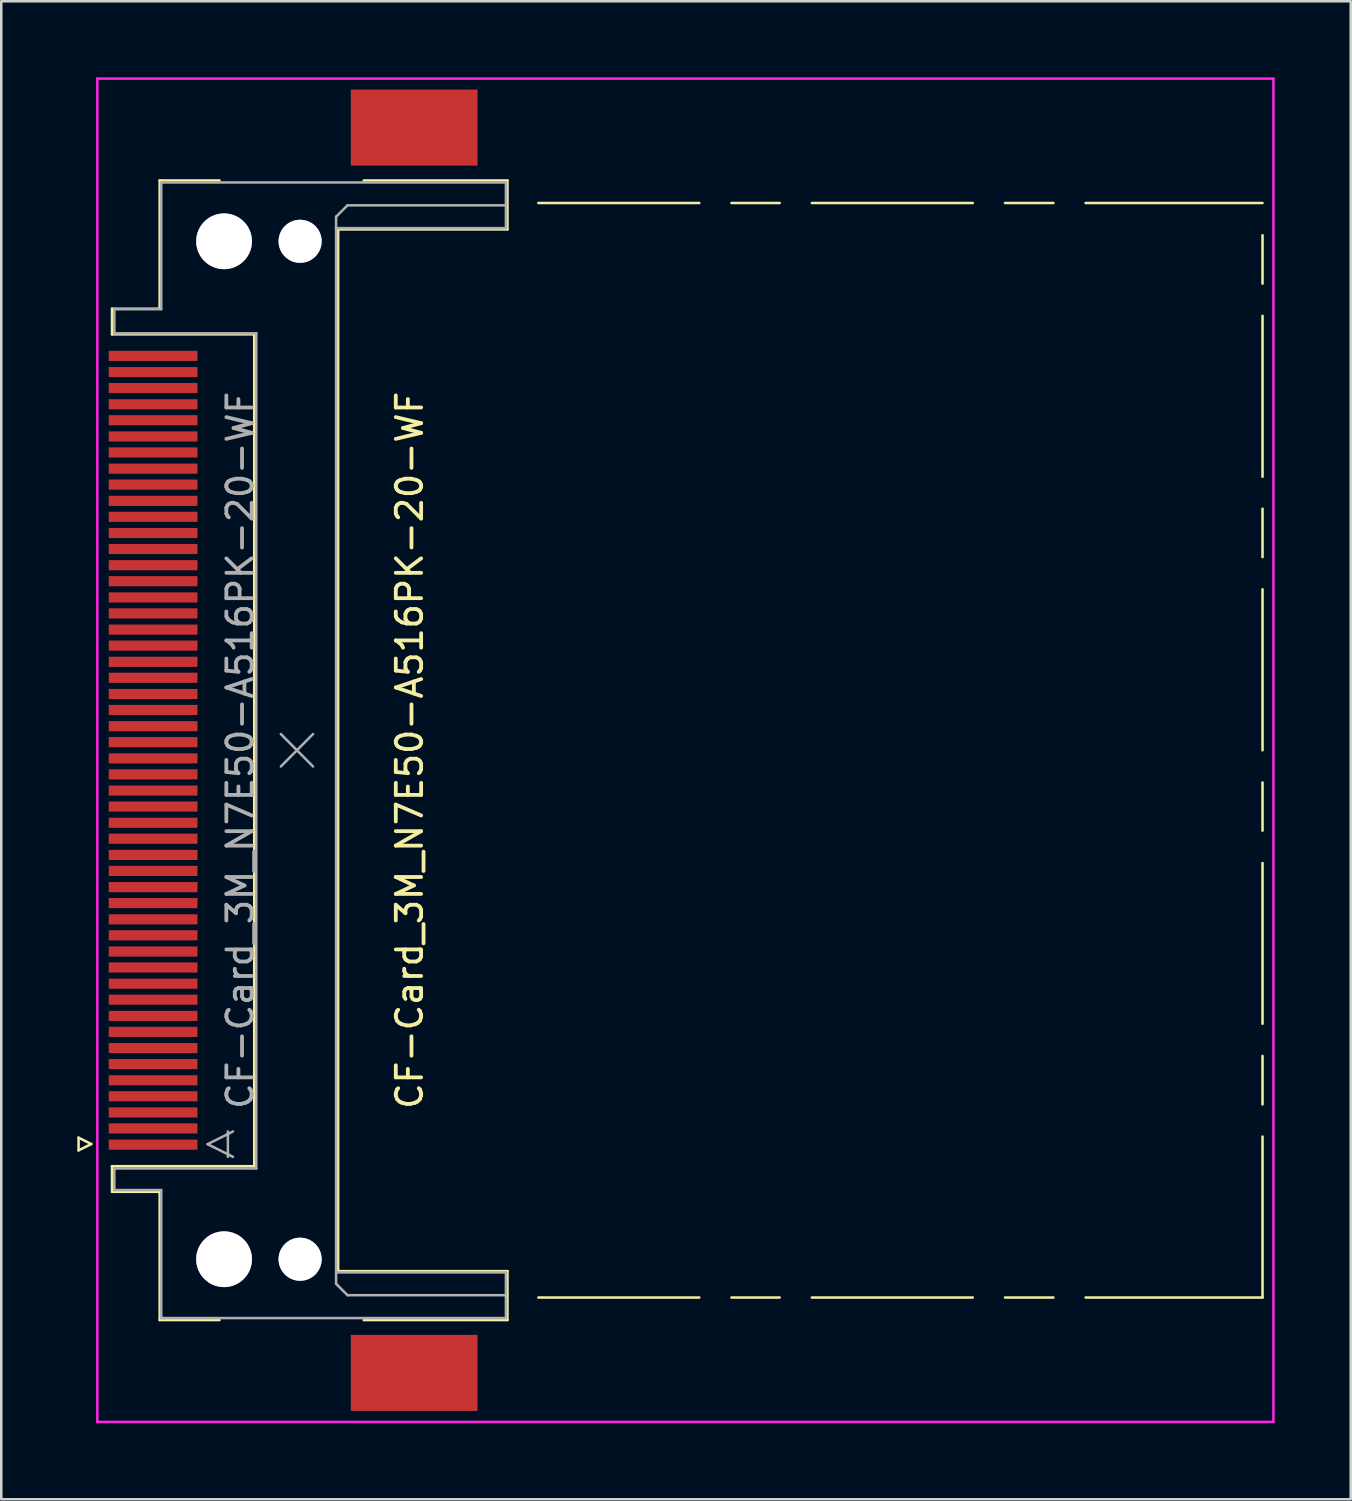
<source format=kicad_pcb>
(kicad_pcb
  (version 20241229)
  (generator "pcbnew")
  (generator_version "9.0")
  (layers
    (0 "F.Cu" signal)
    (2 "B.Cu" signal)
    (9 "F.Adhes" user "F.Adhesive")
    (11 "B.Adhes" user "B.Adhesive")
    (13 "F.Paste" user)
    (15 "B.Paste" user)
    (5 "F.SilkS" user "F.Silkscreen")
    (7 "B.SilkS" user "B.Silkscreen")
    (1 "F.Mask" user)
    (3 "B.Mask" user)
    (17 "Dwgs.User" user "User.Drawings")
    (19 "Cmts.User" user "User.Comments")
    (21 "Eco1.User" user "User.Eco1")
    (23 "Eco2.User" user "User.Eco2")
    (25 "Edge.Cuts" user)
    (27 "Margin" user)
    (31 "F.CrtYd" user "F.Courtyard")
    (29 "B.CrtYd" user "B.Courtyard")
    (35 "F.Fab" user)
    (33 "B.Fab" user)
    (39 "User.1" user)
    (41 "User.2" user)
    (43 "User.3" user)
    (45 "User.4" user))
  (footprint "CF-Card_3M_N7E50-A516PK-20-WF"
    (layer "F.Cu")
    (at 8.79 26.55)
    (property "Reference" "CF-Card_3M_N7E50-A516PK-20-WF" (at 4.32 0 90) (layer "F.SilkS") (effects (font (size 1 1) (thickness 0.15))))
    (attr smd)
    (fp_line (start -8.74 15.285) (end -8.74 15.785) (stroke (width 0.1) (type solid)) (layer "F.SilkS"))
    (fp_line (start -8.74 15.785) (end -8.24 15.535) (stroke (width 0.1) (type solid)) (layer "F.SilkS"))
    (fp_line (start -8.24 15.535) (end -8.74 15.285) (stroke (width 0.1) (type solid)) (layer "F.SilkS"))
    (fp_line (start -7.42 -17.42) (end -5.54 -17.42) (stroke (width 0.1) (type solid)) (layer "F.SilkS"))
    (fp_line (start -7.42 -16.41) (end -7.42 -17.42) (stroke (width 0.1) (type solid)) (layer "F.SilkS"))
    (fp_line (start -7.42 16.41) (end -1.81 16.41) (stroke (width 0.1) (type solid)) (layer "F.SilkS"))
    (fp_line (start -7.42 17.42) (end -7.42 16.41) (stroke (width 0.1) (type solid)) (layer "F.SilkS"))
    (fp_line (start -5.54 -22.48) (end -3.18 -22.48) (stroke (width 0.1) (type solid)) (layer "F.SilkS"))
    (fp_line (start -5.54 -17.42) (end -5.54 -22.48) (stroke (width 0.1) (type solid)) (layer "F.SilkS"))
    (fp_line (start -5.54 17.42) (end -7.42 17.42) (stroke (width 0.1) (type solid)) (layer "F.SilkS"))
    (fp_line (start -5.54 22.48) (end -5.54 17.42) (stroke (width 0.1) (type solid)) (layer "F.SilkS"))
    (fp_line (start -3.18 22.48) (end -5.54 22.48) (stroke (width 0.1) (type solid)) (layer "F.SilkS"))
    (fp_line (start -1.81 -16.41) (end -7.42 -16.41) (stroke (width 0.1) (type solid)) (layer "F.SilkS"))
    (fp_line (start -1.81 16.41) (end -1.81 -16.41) (stroke (width 0.1) (type solid)) (layer "F.SilkS"))
    (fp_line (start 1.5 -20.55) (end 8.18 -20.55) (stroke (width 0.1) (type solid)) (layer "F.SilkS"))
    (fp_line (start 1.5 20.55) (end 1.5 -20.55) (stroke (width 0.1) (type solid)) (layer "F.SilkS"))
    (fp_line (start 2.51 22.48) (end 8.18 22.48) (stroke (width 0.1) (type solid)) (layer "F.SilkS"))
    (fp_line (start 8.18 -22.48) (end 2.51 -22.48) (stroke (width 0.1) (type solid)) (layer "F.SilkS"))
    (fp_line (start 8.18 -20.55) (end 8.18 -22.48) (stroke (width 0.1) (type solid)) (layer "F.SilkS"))
    (fp_line (start 8.18 20.55) (end 1.5 20.55) (stroke (width 0.1) (type solid)) (layer "F.SilkS"))
    (fp_line (start 8.18 22.48) (end 8.18 20.55) (stroke (width 0.1) (type solid)) (layer "F.SilkS"))
    (fp_line (start 9.4 -21.59) (end 15.75 -21.59) (stroke (width 0.1) (type solid)) (layer "F.SilkS"))
    (fp_line (start 9.4 21.59) (end 15.75 21.59) (stroke (width 0.1) (type solid)) (layer "F.SilkS"))
    (fp_line (start 17.02 -21.59) (end 18.92 -21.59) (stroke (width 0.1) (type solid)) (layer "F.SilkS"))
    (fp_line (start 17.02 21.59) (end 18.92 21.59) (stroke (width 0.1) (type solid)) (layer "F.SilkS"))
    (fp_line (start 20.19 -21.59) (end 26.54 -21.59) (stroke (width 0.1) (type solid)) (layer "F.SilkS"))
    (fp_line (start 20.19 21.59) (end 26.54 21.59) (stroke (width 0.1) (type solid)) (layer "F.SilkS"))
    (fp_line (start 27.81 -21.59) (end 29.72 -21.59) (stroke (width 0.1) (type solid)) (layer "F.SilkS"))
    (fp_line (start 27.81 21.59) (end 29.72 21.59) (stroke (width 0.1) (type solid)) (layer "F.SilkS"))
    (fp_line (start 30.99 -21.59) (end 37.97 -21.59) (stroke (width 0.1) (type solid)) (layer "F.SilkS"))
    (fp_line (start 30.99 21.59) (end 37.97 21.59) (stroke (width 0.1) (type solid)) (layer "F.SilkS"))
    (fp_line (start 37.97 -18.41) (end 37.97 -20.32) (stroke (width 0.1) (type solid)) (layer "F.SilkS"))
    (fp_line (start 37.97 -10.79) (end 37.97 -17.14) (stroke (width 0.1) (type solid)) (layer "F.SilkS"))
    (fp_line (start 37.97 -7.62) (end 37.97 -9.53) (stroke (width 0.1) (type solid)) (layer "F.SilkS"))
    (fp_line (start 37.97 0) (end 37.97 -6.35) (stroke (width 0.1) (type solid)) (layer "F.SilkS"))
    (fp_line (start 37.97 3.17) (end 37.97 1.27) (stroke (width 0.1) (type solid)) (layer "F.SilkS"))
    (fp_line (start 37.97 10.79) (end 37.97 4.45) (stroke (width 0.1) (type solid)) (layer "F.SilkS"))
    (fp_line (start 37.97 13.97) (end 37.97 12.06) (stroke (width 0.1) (type solid)) (layer "F.SilkS"))
    (fp_line (start 37.97 21.59) (end 37.97 15.24) (stroke (width 0.1) (type solid)) (layer "F.SilkS"))
    (fp_line (start -8 -26.5) (end 38.4 -26.5) (stroke (width 0.1) (type solid)) (layer "F.CrtYd"))
    (fp_line (start -8 26.5) (end -8 -26.5) (stroke (width 0.1) (type solid)) (layer "F.CrtYd"))
    (fp_line (start -8 26.5) (end 38.4 26.5) (stroke (width 0.1) (type solid)) (layer "F.CrtYd"))
    (fp_line (start 38.4 26.5) (end 38.4 -26.5) (stroke (width 0.1) (type solid)) (layer "F.CrtYd"))
    (fp_line (start -7.33 -17.4) (end -7.33 -16.45) (stroke (width 0.1) (type solid)) (layer "F.Fab"))
    (fp_line (start -7.33 -16.45) (end -1.73 -16.45) (stroke (width 0.1) (type solid)) (layer "F.Fab"))
    (fp_line (start -7.33 16.5) (end -7.33 17.35) (stroke (width 0.1) (type solid)) (layer "F.Fab"))
    (fp_line (start -7.33 17.35) (end -5.48 17.35) (stroke (width 0.1) (type solid)) (layer "F.Fab"))
    (fp_line (start -5.48 -22.4) (end -5.48 -17.4) (stroke (width 0.1) (type solid)) (layer "F.Fab"))
    (fp_line (start -5.48 -17.4) (end -7.33 -17.4) (stroke (width 0.1) (type solid)) (layer "F.Fab"))
    (fp_line (start -5.48 17.35) (end -5.48 22.4) (stroke (width 0.1) (type solid)) (layer "F.Fab"))
    (fp_line (start -5.48 22.4) (end -5.38 22.4) (stroke (width 0.1) (type solid)) (layer "F.Fab"))
    (fp_line (start -5.43 22.4) (end 8.12 22.4) (stroke (width 0.1) (type solid)) (layer "F.Fab"))
    (fp_line (start -3.65 15.54) (end -2.65 16.04) (stroke (width 0.1) (type solid)) (layer "F.Fab"))
    (fp_line (start -2.85 16.04) (end -2.85 15.04) (stroke (width 0.1) (type solid)) (layer "F.Fab"))
    (fp_line (start -2.65 15.04) (end -3.65 15.54) (stroke (width 0.1) (type solid)) (layer "F.Fab"))
    (fp_line (start -1.73 -16.45) (end -1.73 16.5) (stroke (width 0.1) (type solid)) (layer "F.Fab"))
    (fp_line (start -1.73 16.5) (end -7.33 16.5) (stroke (width 0.1) (type solid)) (layer "F.Fab"))
    (fp_line (start -0.76 -0.64) (end 0.51 0.64) (stroke (width 0.1) (type solid)) (layer "F.Fab"))
    (fp_line (start -0.76 0.64) (end 0.51 -0.64) (stroke (width 0.1) (type solid)) (layer "F.Fab"))
    (fp_line (start 1.42 -21.05) (end 1.42 -20.55) (stroke (width 0.1) (type solid)) (layer "F.Fab"))
    (fp_line (start 1.42 -20.6) (end 8.12 -20.6) (stroke (width 0.1) (type solid)) (layer "F.Fab"))
    (fp_line (start 1.42 20.6) (end 1.42 -20.6) (stroke (width 0.1) (type solid)) (layer "F.Fab"))
    (fp_line (start 1.42 21.05) (end 1.42 20.6) (stroke (width 0.1) (type solid)) (layer "F.Fab"))
    (fp_line (start 1.47 21.1) (end 1.42 21.05) (stroke (width 0.1) (type solid)) (layer "F.Fab"))
    (fp_line (start 1.87 -21.5) (end 1.42 -21.05) (stroke (width 0.1) (type solid)) (layer "F.Fab"))
    (fp_line (start 1.87 21.5) (end 1.47 21.1) (stroke (width 0.1) (type solid)) (layer "F.Fab"))
    (fp_line (start 8.12 -22.4) (end -5.48 -22.4) (stroke (width 0.1) (type solid)) (layer "F.Fab"))
    (fp_line (start 8.12 -21.5) (end 1.87 -21.5) (stroke (width 0.1) (type solid)) (layer "F.Fab"))
    (fp_line (start 8.12 -20.6) (end 8.12 -22.4) (stroke (width 0.1) (type solid)) (layer "F.Fab"))
    (fp_line (start 8.12 20.6) (end 1.42 20.6) (stroke (width 0.1) (type solid)) (layer "F.Fab"))
    (fp_line (start 8.12 21.5) (end 1.87 21.5) (stroke (width 0.1) (type solid)) (layer "F.Fab"))
    (fp_line (start 8.12 22.4) (end 8.12 20.6) (stroke (width 0.1) (type solid)) (layer "F.Fab"))
    (fp_text user "${REFERENCE}" (at -2.365 0 90) (layer "F.Fab") (effects (font (size 1 1) (thickness 0.15))))
    (pad "" thru_hole circle (at -3 -20.08 90) (size 2.2 2.2) (drill 2.2) (layers "*.Cu" "*.Mask"))
    (pad "" thru_hole circle (at -3 20.08 90) (size 2.2 2.2) (drill 2.2) (layers "*.Cu" "*.Mask"))
    (pad "" thru_hole circle (at 0 -20.08 90) (size 1.7 1.7) (drill 1.7) (layers "*.Cu" "*.Mask"))
    (pad "" thru_hole circle (at 0 20.08 90) (size 1.7 1.7) (drill 1.7) (layers "*.Cu" "*.Mask"))
    (pad "" smd rect (at 4.5 -24.565 90) (size 3 5) (layers "F.Cu" "F.Mask" "F.Paste"))
    (pad "" smd rect (at 4.5 24.565 90) (size 3 5) (layers "F.Cu" "F.Mask" "F.Paste"))
    (pad "1" smd rect (at -5.8 15.56 270) (size 0.4 3.5) (layers "F.Cu" "F.Mask" "F.Paste"))
    (pad "2" smd rect (at -5.8 14.29 270) (size 0.4 3.5) (layers "F.Cu" "F.Mask" "F.Paste"))
    (pad "3" smd rect (at -5.8 13.02 270) (size 0.4 3.5) (layers "F.Cu" "F.Mask" "F.Paste"))
    (pad "4" smd rect (at -5.8 11.75 270) (size 0.4 3.5) (layers "F.Cu" "F.Mask" "F.Paste"))
    (pad "5" smd rect (at -5.8 10.48 270) (size 0.4 3.5) (layers "F.Cu" "F.Mask" "F.Paste"))
    (pad "6" smd rect (at -5.8 9.21 270) (size 0.4 3.5) (layers "F.Cu" "F.Mask" "F.Paste"))
    (pad "7" smd rect (at -5.8 7.94 270) (size 0.4 3.5) (layers "F.Cu" "F.Mask" "F.Paste"))
    (pad "8" smd rect (at -5.8 6.67 270) (size 0.4 3.5) (layers "F.Cu" "F.Mask" "F.Paste"))
    (pad "9" smd rect (at -5.8 5.4 270) (size 0.4 3.5) (layers "F.Cu" "F.Mask" "F.Paste"))
    (pad "10" smd rect (at -5.8 4.13 270) (size 0.4 3.5) (layers "F.Cu" "F.Mask" "F.Paste"))
    (pad "11" smd rect (at -5.8 2.86 270) (size 0.4 3.5) (layers "F.Cu" "F.Mask" "F.Paste"))
    (pad "12" smd rect (at -5.8 1.59 270) (size 0.4 3.5) (layers "F.Cu" "F.Mask" "F.Paste"))
    (pad "13" smd rect (at -5.8 0.32 270) (size 0.4 3.5) (layers "F.Cu" "F.Mask" "F.Paste"))
    (pad "14" smd rect (at -5.8 -0.95 270) (size 0.4 3.5) (layers "F.Cu" "F.Mask" "F.Paste"))
    (pad "15" smd rect (at -5.8 -2.22 270) (size 0.4 3.5) (layers "F.Cu" "F.Mask" "F.Paste"))
    (pad "16" smd rect (at -5.8 -3.49 270) (size 0.4 3.5) (layers "F.Cu" "F.Mask" "F.Paste"))
    (pad "17" smd rect (at -5.8 -4.76 270) (size 0.4 3.5) (layers "F.Cu" "F.Mask" "F.Paste"))
    (pad "18" smd rect (at -5.8 -6.03 270) (size 0.4 3.5) (layers "F.Cu" "F.Mask" "F.Paste"))
    (pad "19" smd rect (at -5.8 -7.3 270) (size 0.4 3.5) (layers "F.Cu" "F.Mask" "F.Paste"))
    (pad "20" smd rect (at -5.8 -8.57 270) (size 0.4 3.5) (layers "F.Cu" "F.Mask" "F.Paste"))
    (pad "21" smd rect (at -5.8 -9.84 270) (size 0.4 3.5) (layers "F.Cu" "F.Mask" "F.Paste"))
    (pad "22" smd rect (at -5.8 -11.11 270) (size 0.4 3.5) (layers "F.Cu" "F.Mask" "F.Paste"))
    (pad "23" smd rect (at -5.8 -12.38 270) (size 0.4 3.5) (layers "F.Cu" "F.Mask" "F.Paste"))
    (pad "24" smd rect (at -5.8 -13.65 270) (size 0.4 3.5) (layers "F.Cu" "F.Mask" "F.Paste"))
    (pad "25" smd rect (at -5.8 -14.92 270) (size 0.4 3.5) (layers "F.Cu" "F.Mask" "F.Paste"))
    (pad "26" smd rect (at -5.8 14.92 270) (size 0.4 3.5) (layers "F.Cu" "F.Mask" "F.Paste"))
    (pad "27" smd rect (at -5.8 13.65 270) (size 0.4 3.5) (layers "F.Cu" "F.Mask" "F.Paste"))
    (pad "28" smd rect (at -5.8 12.38 270) (size 0.4 3.5) (layers "F.Cu" "F.Mask" "F.Paste"))
    (pad "29" smd rect (at -5.8 11.11 270) (size 0.4 3.5) (layers "F.Cu" "F.Mask" "F.Paste"))
    (pad "30" smd rect (at -5.8 9.84 270) (size 0.4 3.5) (layers "F.Cu" "F.Mask" "F.Paste"))
    (pad "31" smd rect (at -5.8 8.57 270) (size 0.4 3.5) (layers "F.Cu" "F.Mask" "F.Paste"))
    (pad "32" smd rect (at -5.8 7.3 270) (size 0.4 3.5) (layers "F.Cu" "F.Mask" "F.Paste"))
    (pad "33" smd rect (at -5.8 6.03 270) (size 0.4 3.5) (layers "F.Cu" "F.Mask" "F.Paste"))
    (pad "34" smd rect (at -5.8 4.76 270) (size 0.4 3.5) (layers "F.Cu" "F.Mask" "F.Paste"))
    (pad "35" smd rect (at -5.8 3.49 270) (size 0.4 3.5) (layers "F.Cu" "F.Mask" "F.Paste"))
    (pad "36" smd rect (at -5.8 2.22 270) (size 0.4 3.5) (layers "F.Cu" "F.Mask" "F.Paste"))
    (pad "37" smd rect (at -5.8 0.95 270) (size 0.4 3.5) (layers "F.Cu" "F.Mask" "F.Paste"))
    (pad "38" smd rect (at -5.8 -0.32 270) (size 0.4 3.5) (layers "F.Cu" "F.Mask" "F.Paste"))
    (pad "39" smd rect (at -5.8 -1.59 270) (size 0.4 3.5) (layers "F.Cu" "F.Mask" "F.Paste"))
    (pad "40" smd rect (at -5.8 -2.86 270) (size 0.4 3.5) (layers "F.Cu" "F.Mask" "F.Paste"))
    (pad "41" smd rect (at -5.8 -4.13 270) (size 0.4 3.5) (layers "F.Cu" "F.Mask" "F.Paste"))
    (pad "42" smd rect (at -5.8 -5.4 270) (size 0.4 3.5) (layers "F.Cu" "F.Mask" "F.Paste"))
    (pad "43" smd rect (at -5.8 -6.67 270) (size 0.4 3.5) (layers "F.Cu" "F.Mask" "F.Paste"))
    (pad "44" smd rect (at -5.8 -7.94 270) (size 0.4 3.5) (layers "F.Cu" "F.Mask" "F.Paste"))
    (pad "45" smd rect (at -5.8 -9.21 270) (size 0.4 3.5) (layers "F.Cu" "F.Mask" "F.Paste"))
    (pad "46" smd rect (at -5.8 -10.48 270) (size 0.4 3.5) (layers "F.Cu" "F.Mask" "F.Paste"))
    (pad "47" smd rect (at -5.8 -11.75 270) (size 0.4 3.5) (layers "F.Cu" "F.Mask" "F.Paste"))
    (pad "48" smd rect (at -5.8 -13.02 270) (size 0.4 3.5) (layers "F.Cu" "F.Mask" "F.Paste"))
    (pad "49" smd rect (at -5.8 -14.29 270) (size 0.4 3.5) (layers "F.Cu" "F.Mask" "F.Paste"))
    (pad "50" smd rect (at -5.8 -15.56 270) (size 0.4 3.5) (layers "F.Cu" "F.Mask" "F.Paste")))
  (gr_rect
    (start -3 -3)
    (end 50.24 56.1)
    (stroke (width 0.1) (type default))
    (fill no)
    (layer "Edge.Cuts")))
</source>
